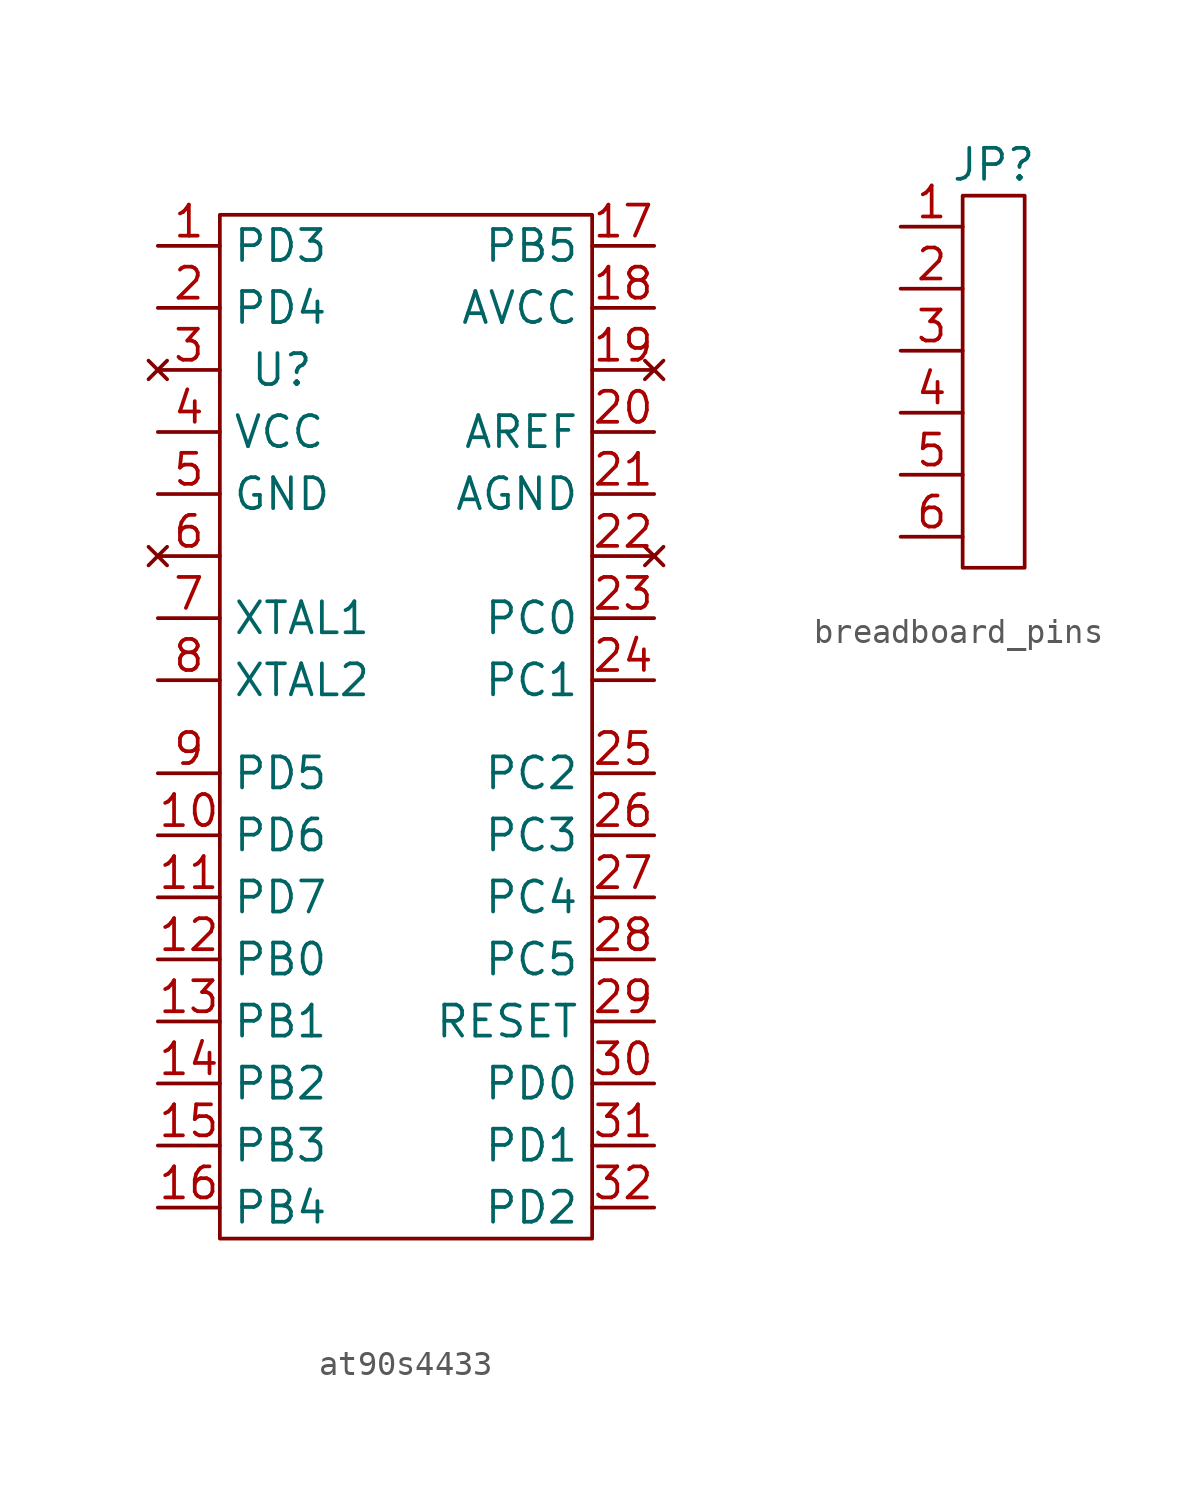
<source format=kicad_sym>
(kicad_symbol_lib
  (version 20220914)
  (generator kicad_symbol_editor)
  (symbol "at90s4433"
    (property "Reference" "U"
      (at -5.08 13.97 0)
      (effects (font (size 1.27 1.27))))
    (property "Value" ""
      (at -5.08 13.97 0)
      (effects (font (size 1.27 1.27))))
    (symbol "at90s4433_0_1"
      (rectangle (start -7.62 20.32) (end 7.62 -21.59) (stroke (width 0) (type default)) (fill (type none))))
    (symbol "at90s4433_1_1"
      (pin bidirectional line (at -10.16 19.05 0) (length 2.54) (name "PD3" (effects (font (size 1.27 1.27)))) (number "1" (effects (font (size 1.27 1.27)))))
      (pin bidirectional line (at -10.16 -5.08 0) (length 2.54) (name "PD6" (effects (font (size 1.27 1.27)))) (number "10" (effects (font (size 1.27 1.27)))))
      (pin bidirectional line (at -10.16 -7.62 0) (length 2.54) (name "PD7" (effects (font (size 1.27 1.27)))) (number "11" (effects (font (size 1.27 1.27)))))
      (pin bidirectional line (at -10.16 -10.16 0) (length 2.54) (name "PB0" (effects (font (size 1.27 1.27)))) (number "12" (effects (font (size 1.27 1.27)))))
      (pin bidirectional line (at -10.16 -12.7 0) (length 2.54) (name "PB1" (effects (font (size 1.27 1.27)))) (number "13" (effects (font (size 1.27 1.27)))))
      (pin bidirectional line (at -10.16 -15.24 0) (length 2.54) (name "PB2" (effects (font (size 1.27 1.27)))) (number "14" (effects (font (size 1.27 1.27)))))
      (pin bidirectional line (at -10.16 -17.78 0) (length 2.54) (name "PB3" (effects (font (size 1.27 1.27)))) (number "15" (effects (font (size 1.27 1.27)))))
      (pin bidirectional line (at -10.16 -20.32 0) (length 2.54) (name "PB4" (effects (font (size 1.27 1.27)))) (number "16" (effects (font (size 1.27 1.27)))))
      (pin bidirectional line (at 10.16 19.05 180) (length 2.54) (name "PB5" (effects (font (size 1.27 1.27)))) (number "17" (effects (font (size 1.27 1.27)))))
      (pin bidirectional line (at 10.16 16.51 180) (length 2.54) (name "AVCC" (effects (font (size 1.27 1.27)))) (number "18" (effects (font (size 1.27 1.27)))))
      (pin no_connect line (at 10.16 13.97 180) (length 2.54) (name "" (effects (font (size 1.27 1.27)))) (number "19" (effects (font (size 1.27 1.27)))))
      (pin bidirectional line (at -10.16 16.51 0) (length 2.54) (name "PD4" (effects (font (size 1.27 1.27)))) (number "2" (effects (font (size 1.27 1.27)))))
      (pin bidirectional line (at 10.16 11.43 180) (length 2.54) (name "AREF" (effects (font (size 1.27 1.27)))) (number "20" (effects (font (size 1.27 1.27)))))
      (pin bidirectional line (at 10.16 8.89 180) (length 2.54) (name "AGND" (effects (font (size 1.27 1.27)))) (number "21" (effects (font (size 1.27 1.27)))))
      (pin no_connect line (at 10.16 6.35 180) (length 2.54) (name "" (effects (font (size 1.27 1.27)))) (number "22" (effects (font (size 1.27 1.27)))))
      (pin bidirectional line (at 10.16 3.81 180) (length 2.54) (name "PC0" (effects (font (size 1.27 1.27)))) (number "23" (effects (font (size 1.27 1.27)))))
      (pin bidirectional line (at 10.16 1.27 180) (length 2.54) (name "PC1" (effects (font (size 1.27 1.27)))) (number "24" (effects (font (size 1.27 1.27)))))
      (pin bidirectional line (at 10.16 -2.54 180) (length 2.54) (name "PC2" (effects (font (size 1.27 1.27)))) (number "25" (effects (font (size 1.27 1.27)))))
      (pin bidirectional line (at 10.16 -5.08 180) (length 2.54) (name "PC3" (effects (font (size 1.27 1.27)))) (number "26" (effects (font (size 1.27 1.27)))))
      (pin bidirectional line (at 10.16 -7.62 180) (length 2.54) (name "PC4" (effects (font (size 1.27 1.27)))) (number "27" (effects (font (size 1.27 1.27)))))
      (pin bidirectional line (at 10.16 -10.16 180) (length 2.54) (name "PC5" (effects (font (size 1.27 1.27)))) (number "28" (effects (font (size 1.27 1.27)))))
      (pin bidirectional line (at 10.16 -12.7 180) (length 2.54) (name "RESET" (effects (font (size 1.27 1.27)))) (number "29" (effects (font (size 1.27 1.27)))))
      (pin no_connect line (at -10.16 13.97 0) (length 2.54) (name "" (effects (font (size 1.27 1.27)))) (number "3" (effects (font (size 1.27 1.27)))))
      (pin bidirectional line (at 10.16 -15.24 180) (length 2.54) (name "PD0" (effects (font (size 1.27 1.27)))) (number "30" (effects (font (size 1.27 1.27)))))
      (pin bidirectional line (at 10.16 -17.78 180) (length 2.54) (name "PD1" (effects (font (size 1.27 1.27)))) (number "31" (effects (font (size 1.27 1.27)))))
      (pin bidirectional line (at 10.16 -20.32 180) (length 2.54) (name "PD2" (effects (font (size 1.27 1.27)))) (number "32" (effects (font (size 1.27 1.27)))))
      (pin bidirectional line (at -10.16 11.43 0) (length 2.54) (name "VCC" (effects (font (size 1.27 1.27)))) (number "4" (effects (font (size 1.27 1.27)))))
      (pin bidirectional line (at -10.16 8.89 0) (length 2.54) (name "GND" (effects (font (size 1.27 1.27)))) (number "5" (effects (font (size 1.27 1.27)))))
      (pin no_connect line (at -10.16 6.35 0) (length 2.54) (name "" (effects (font (size 1.27 1.27)))) (number "6" (effects (font (size 1.27 1.27)))))
      (pin bidirectional line (at -10.16 3.81 0) (length 2.54) (name "XTAL1" (effects (font (size 1.27 1.27)))) (number "7" (effects (font (size 1.27 1.27)))))
      (pin bidirectional line (at -10.16 1.27 0) (length 2.54) (name "XTAL2" (effects (font (size 1.27 1.27)))) (number "8" (effects (font (size 1.27 1.27)))))
      (pin bidirectional line (at -10.16 -2.54 0) (length 2.54) (name "PD5" (effects (font (size 1.27 1.27)))) (number "9" (effects (font (size 1.27 1.27)))))))
  (symbol "breadboard_pins"
    (property "Reference" "JP"
      (at 0 8.89 0)
      (effects (font (size 1.27 1.27))))
    (property "Value" ""
      (at -2.54 5.08 0)
      (effects (font (size 1.27 1.27))))
    (symbol "breadboard_pins_0_1"
      (rectangle (start -1.27 7.62) (end 1.27 -7.62) (stroke (width 0) (type default)) (fill (type none))))
    (symbol "breadboard_pins_1_1"
      (pin bidirectional line (at -3.81 6.35 0) (length 2.54) (name "" (effects (font (size 1.27 1.27)))) (number "1" (effects (font (size 1.27 1.27)))))
      (pin bidirectional line (at -3.81 3.81 0) (length 2.54) (name "" (effects (font (size 1.27 1.27)))) (number "2" (effects (font (size 1.27 1.27)))))
      (pin bidirectional line (at -3.81 1.27 0) (length 2.54) (name "" (effects (font (size 1.27 1.27)))) (number "3" (effects (font (size 1.27 1.27)))))
      (pin bidirectional line (at -3.81 -1.27 0) (length 2.54) (name "" (effects (font (size 1.27 1.27)))) (number "4" (effects (font (size 1.27 1.27)))))
      (pin bidirectional line (at -3.81 -3.81 0) (length 2.54) (name "" (effects (font (size 1.27 1.27)))) (number "5" (effects (font (size 1.27 1.27)))))
      (pin bidirectional line (at -3.81 -6.35 0) (length 2.54) (name "" (effects (font (size 1.27 1.27)))) (number "6" (effects (font (size 1.27 1.27))))))))
</source>
